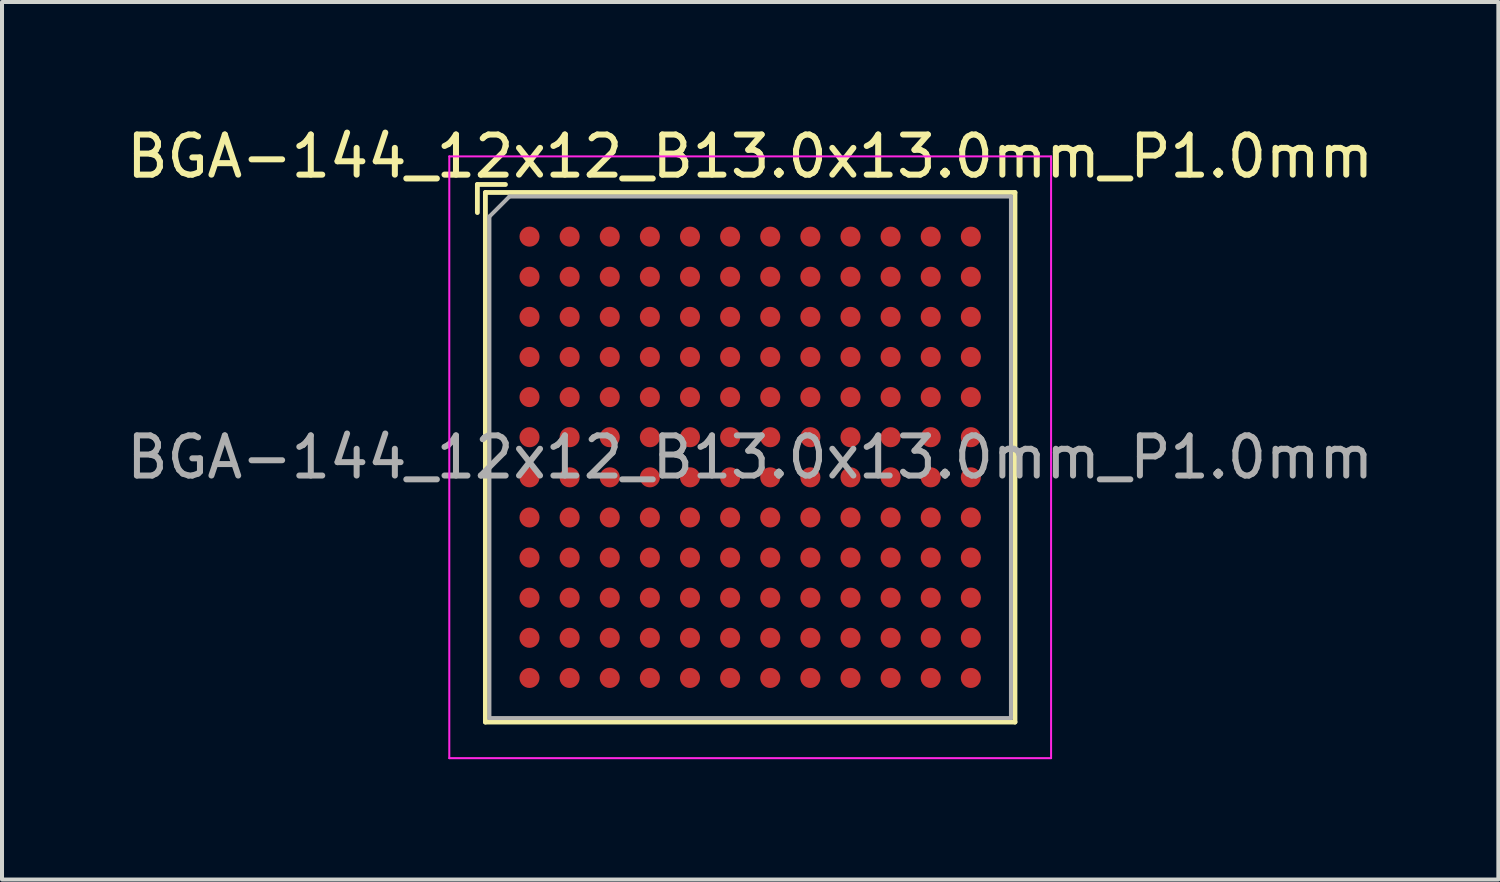
<source format=kicad_pcb>
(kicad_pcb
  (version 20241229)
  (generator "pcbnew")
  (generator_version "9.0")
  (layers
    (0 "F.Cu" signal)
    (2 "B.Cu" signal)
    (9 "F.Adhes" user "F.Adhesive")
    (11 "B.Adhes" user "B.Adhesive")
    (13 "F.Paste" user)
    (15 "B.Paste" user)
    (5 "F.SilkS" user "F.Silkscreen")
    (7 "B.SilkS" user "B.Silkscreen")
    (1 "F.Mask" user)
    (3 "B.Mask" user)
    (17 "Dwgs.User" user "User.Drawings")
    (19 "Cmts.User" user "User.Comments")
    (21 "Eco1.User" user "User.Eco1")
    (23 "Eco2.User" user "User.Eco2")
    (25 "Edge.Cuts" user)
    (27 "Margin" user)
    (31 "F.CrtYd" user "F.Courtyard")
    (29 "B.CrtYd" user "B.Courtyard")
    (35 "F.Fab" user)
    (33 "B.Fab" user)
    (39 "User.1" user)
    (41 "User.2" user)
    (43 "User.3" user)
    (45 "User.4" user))
  (footprint "BGA-144_12x12_B13.0x13.0mm_P1.0mm"
    (layer "F.Cu")
    (at 15.649 8.348)
    (property "Reference" "BGA-144_12x12_B13.0x13.0mm_P1.0mm" (at 0 -7.5 0) (layer "F.SilkS") (effects (font (size 1 1) (thickness 0.15))))
    (attr smd)
    (fp_line (start -6.8 -6.8) (end -6.1 -6.8) (stroke (width 0.12) (type solid)) (layer "F.SilkS"))
    (fp_line (start -6.8 -6.1) (end -6.8 -6.8) (stroke (width 0.12) (type solid)) (layer "F.SilkS"))
    (fp_line (start -6.6 -6.6) (end 6.6 -6.6) (stroke (width 0.12) (type solid)) (layer "F.SilkS"))
    (fp_line (start -6.6 6.6) (end -6.6 -6.6) (stroke (width 0.12) (type solid)) (layer "F.SilkS"))
    (fp_line (start 6.6 -6.6) (end 6.6 6.6) (stroke (width 0.12) (type solid)) (layer "F.SilkS"))
    (fp_line (start 6.6 6.6) (end -6.6 6.6) (stroke (width 0.12) (type solid)) (layer "F.SilkS"))
    (fp_line (start -7.5 -7.5) (end -7.5 7.5) (stroke (width 0.05) (type solid)) (layer "F.CrtYd"))
    (fp_line (start -7.5 -7.5) (end 7.5 -7.5) (stroke (width 0.05) (type solid)) (layer "F.CrtYd"))
    (fp_line (start 7.5 7.5) (end -7.5 7.5) (stroke (width 0.05) (type solid)) (layer "F.CrtYd"))
    (fp_line (start 7.5 7.5) (end 7.5 -7.5) (stroke (width 0.05) (type solid)) (layer "F.CrtYd"))
    (fp_line (start -6.5 -6) (end -6 -6.5) (stroke (width 0.1) (type solid)) (layer "F.Fab"))
    (fp_line (start -6.5 6.5) (end -6.5 -6) (stroke (width 0.1) (type solid)) (layer "F.Fab"))
    (fp_line (start -6 -6.5) (end 6.5 -6.5) (stroke (width 0.1) (type solid)) (layer "F.Fab"))
    (fp_line (start 6.5 -6.5) (end 6.5 6.5) (stroke (width 0.1) (type solid)) (layer "F.Fab"))
    (fp_line (start 6.5 6.5) (end -6.5 6.5) (stroke (width 0.1) (type solid)) (layer "F.Fab"))
    (fp_text user "${REFERENCE}" (at 0 0 0) (layer "F.Fab") (effects (font (size 1 1) (thickness 0.15))))
    (pad "A1" smd circle (at -5.5 -5.5) (size 0.5 0.5) (layers "F.Cu" "F.Mask" "F.Paste"))
    (pad "A2" smd circle (at -4.5 -5.5) (size 0.5 0.5) (layers "F.Cu" "F.Mask" "F.Paste"))
    (pad "A3" smd circle (at -3.5 -5.5) (size 0.5 0.5) (layers "F.Cu" "F.Mask" "F.Paste"))
    (pad "A4" smd circle (at -2.5 -5.5) (size 0.5 0.5) (layers "F.Cu" "F.Mask" "F.Paste"))
    (pad "A5" smd circle (at -1.5 -5.5) (size 0.5 0.5) (layers "F.Cu" "F.Mask" "F.Paste"))
    (pad "A6" smd circle (at -0.5 -5.5) (size 0.5 0.5) (layers "F.Cu" "F.Mask" "F.Paste"))
    (pad "A7" smd circle (at 0.5 -5.5) (size 0.5 0.5) (layers "F.Cu" "F.Mask" "F.Paste"))
    (pad "A8" smd circle (at 1.5 -5.5) (size 0.5 0.5) (layers "F.Cu" "F.Mask" "F.Paste"))
    (pad "A9" smd circle (at 2.5 -5.5) (size 0.5 0.5) (layers "F.Cu" "F.Mask" "F.Paste"))
    (pad "A10" smd circle (at 3.5 -5.5) (size 0.5 0.5) (layers "F.Cu" "F.Mask" "F.Paste"))
    (pad "A11" smd circle (at 4.5 -5.5) (size 0.5 0.5) (layers "F.Cu" "F.Mask" "F.Paste"))
    (pad "A12" smd circle (at 5.5 -5.5) (size 0.5 0.5) (layers "F.Cu" "F.Mask" "F.Paste"))
    (pad "B1" smd circle (at -5.5 -4.5) (size 0.5 0.5) (layers "F.Cu" "F.Mask" "F.Paste"))
    (pad "B2" smd circle (at -4.5 -4.5) (size 0.5 0.5) (layers "F.Cu" "F.Mask" "F.Paste"))
    (pad "B3" smd circle (at -3.5 -4.5) (size 0.5 0.5) (layers "F.Cu" "F.Mask" "F.Paste"))
    (pad "B4" smd circle (at -2.5 -4.5) (size 0.5 0.5) (layers "F.Cu" "F.Mask" "F.Paste"))
    (pad "B5" smd circle (at -1.5 -4.5) (size 0.5 0.5) (layers "F.Cu" "F.Mask" "F.Paste"))
    (pad "B6" smd circle (at -0.5 -4.5) (size 0.5 0.5) (layers "F.Cu" "F.Mask" "F.Paste"))
    (pad "B7" smd circle (at 0.5 -4.5) (size 0.5 0.5) (layers "F.Cu" "F.Mask" "F.Paste"))
    (pad "B8" smd circle (at 1.5 -4.5) (size 0.5 0.5) (layers "F.Cu" "F.Mask" "F.Paste"))
    (pad "B9" smd circle (at 2.5 -4.5) (size 0.5 0.5) (layers "F.Cu" "F.Mask" "F.Paste"))
    (pad "B10" smd circle (at 3.5 -4.5) (size 0.5 0.5) (layers "F.Cu" "F.Mask" "F.Paste"))
    (pad "B11" smd circle (at 4.5 -4.5) (size 0.5 0.5) (layers "F.Cu" "F.Mask" "F.Paste"))
    (pad "B12" smd circle (at 5.5 -4.5) (size 0.5 0.5) (layers "F.Cu" "F.Mask" "F.Paste"))
    (pad "C1" smd circle (at -5.5 -3.5) (size 0.5 0.5) (layers "F.Cu" "F.Mask" "F.Paste"))
    (pad "C2" smd circle (at -4.5 -3.5) (size 0.5 0.5) (layers "F.Cu" "F.Mask" "F.Paste"))
    (pad "C3" smd circle (at -3.5 -3.5) (size 0.5 0.5) (layers "F.Cu" "F.Mask" "F.Paste"))
    (pad "C4" smd circle (at -2.5 -3.5) (size 0.5 0.5) (layers "F.Cu" "F.Mask" "F.Paste"))
    (pad "C5" smd circle (at -1.5 -3.5) (size 0.5 0.5) (layers "F.Cu" "F.Mask" "F.Paste"))
    (pad "C6" smd circle (at -0.5 -3.5) (size 0.5 0.5) (layers "F.Cu" "F.Mask" "F.Paste"))
    (pad "C7" smd circle (at 0.5 -3.5) (size 0.5 0.5) (layers "F.Cu" "F.Mask" "F.Paste"))
    (pad "C8" smd circle (at 1.5 -3.5) (size 0.5 0.5) (layers "F.Cu" "F.Mask" "F.Paste"))
    (pad "C9" smd circle (at 2.5 -3.5) (size 0.5 0.5) (layers "F.Cu" "F.Mask" "F.Paste"))
    (pad "C10" smd circle (at 3.5 -3.5) (size 0.5 0.5) (layers "F.Cu" "F.Mask" "F.Paste"))
    (pad "C11" smd circle (at 4.5 -3.5) (size 0.5 0.5) (layers "F.Cu" "F.Mask" "F.Paste"))
    (pad "C12" smd circle (at 5.5 -3.5) (size 0.5 0.5) (layers "F.Cu" "F.Mask" "F.Paste"))
    (pad "D1" smd circle (at -5.5 -2.5) (size 0.5 0.5) (layers "F.Cu" "F.Mask" "F.Paste"))
    (pad "D2" smd circle (at -4.5 -2.5) (size 0.5 0.5) (layers "F.Cu" "F.Mask" "F.Paste"))
    (pad "D3" smd circle (at -3.5 -2.5) (size 0.5 0.5) (layers "F.Cu" "F.Mask" "F.Paste"))
    (pad "D4" smd circle (at -2.5 -2.5) (size 0.5 0.5) (layers "F.Cu" "F.Mask" "F.Paste"))
    (pad "D5" smd circle (at -1.5 -2.5) (size 0.5 0.5) (layers "F.Cu" "F.Mask" "F.Paste"))
    (pad "D6" smd circle (at -0.5 -2.5) (size 0.5 0.5) (layers "F.Cu" "F.Mask" "F.Paste"))
    (pad "D7" smd circle (at 0.5 -2.5) (size 0.5 0.5) (layers "F.Cu" "F.Mask" "F.Paste"))
    (pad "D8" smd circle (at 1.5 -2.5) (size 0.5 0.5) (layers "F.Cu" "F.Mask" "F.Paste"))
    (pad "D9" smd circle (at 2.5 -2.5) (size 0.5 0.5) (layers "F.Cu" "F.Mask" "F.Paste"))
    (pad "D10" smd circle (at 3.5 -2.5) (size 0.5 0.5) (layers "F.Cu" "F.Mask" "F.Paste"))
    (pad "D11" smd circle (at 4.5 -2.5) (size 0.5 0.5) (layers "F.Cu" "F.Mask" "F.Paste"))
    (pad "D12" smd circle (at 5.5 -2.5) (size 0.5 0.5) (layers "F.Cu" "F.Mask" "F.Paste"))
    (pad "E1" smd circle (at -5.5 -1.5) (size 0.5 0.5) (layers "F.Cu" "F.Mask" "F.Paste"))
    (pad "E2" smd circle (at -4.5 -1.5) (size 0.5 0.5) (layers "F.Cu" "F.Mask" "F.Paste"))
    (pad "E3" smd circle (at -3.5 -1.5) (size 0.5 0.5) (layers "F.Cu" "F.Mask" "F.Paste"))
    (pad "E4" smd circle (at -2.5 -1.5) (size 0.5 0.5) (layers "F.Cu" "F.Mask" "F.Paste"))
    (pad "E5" smd circle (at -1.5 -1.5) (size 0.5 0.5) (layers "F.Cu" "F.Mask" "F.Paste"))
    (pad "E6" smd circle (at -0.5 -1.5) (size 0.5 0.5) (layers "F.Cu" "F.Mask" "F.Paste"))
    (pad "E7" smd circle (at 0.5 -1.5) (size 0.5 0.5) (layers "F.Cu" "F.Mask" "F.Paste"))
    (pad "E8" smd circle (at 1.5 -1.5) (size 0.5 0.5) (layers "F.Cu" "F.Mask" "F.Paste"))
    (pad "E9" smd circle (at 2.5 -1.5) (size 0.5 0.5) (layers "F.Cu" "F.Mask" "F.Paste"))
    (pad "E10" smd circle (at 3.5 -1.5) (size 0.5 0.5) (layers "F.Cu" "F.Mask" "F.Paste"))
    (pad "E11" smd circle (at 4.5 -1.5) (size 0.5 0.5) (layers "F.Cu" "F.Mask" "F.Paste"))
    (pad "E12" smd circle (at 5.5 -1.5) (size 0.5 0.5) (layers "F.Cu" "F.Mask" "F.Paste"))
    (pad "F1" smd circle (at -5.5 -0.5) (size 0.5 0.5) (layers "F.Cu" "F.Mask" "F.Paste"))
    (pad "F2" smd circle (at -4.5 -0.5) (size 0.5 0.5) (layers "F.Cu" "F.Mask" "F.Paste"))
    (pad "F3" smd circle (at -3.5 -0.5) (size 0.5 0.5) (layers "F.Cu" "F.Mask" "F.Paste"))
    (pad "F4" smd circle (at -2.5 -0.5) (size 0.5 0.5) (layers "F.Cu" "F.Mask" "F.Paste"))
    (pad "F5" smd circle (at -1.5 -0.5) (size 0.5 0.5) (layers "F.Cu" "F.Mask" "F.Paste"))
    (pad "F6" smd circle (at -0.5 -0.5) (size 0.5 0.5) (layers "F.Cu" "F.Mask" "F.Paste"))
    (pad "F7" smd circle (at 0.5 -0.5) (size 0.5 0.5) (layers "F.Cu" "F.Mask" "F.Paste"))
    (pad "F8" smd circle (at 1.5 -0.5) (size 0.5 0.5) (layers "F.Cu" "F.Mask" "F.Paste"))
    (pad "F9" smd circle (at 2.5 -0.5) (size 0.5 0.5) (layers "F.Cu" "F.Mask" "F.Paste"))
    (pad "F10" smd circle (at 3.5 -0.5) (size 0.5 0.5) (layers "F.Cu" "F.Mask" "F.Paste"))
    (pad "F11" smd circle (at 4.5 -0.5) (size 0.5 0.5) (layers "F.Cu" "F.Mask" "F.Paste"))
    (pad "F12" smd circle (at 5.5 -0.5) (size 0.5 0.5) (layers "F.Cu" "F.Mask" "F.Paste"))
    (pad "G1" smd circle (at -5.5 0.5) (size 0.5 0.5) (layers "F.Cu" "F.Mask" "F.Paste"))
    (pad "G2" smd circle (at -4.5 0.5) (size 0.5 0.5) (layers "F.Cu" "F.Mask" "F.Paste"))
    (pad "G3" smd circle (at -3.5 0.5) (size 0.5 0.5) (layers "F.Cu" "F.Mask" "F.Paste"))
    (pad "G4" smd circle (at -2.5 0.5) (size 0.5 0.5) (layers "F.Cu" "F.Mask" "F.Paste"))
    (pad "G5" smd circle (at -1.5 0.5) (size 0.5 0.5) (layers "F.Cu" "F.Mask" "F.Paste"))
    (pad "G6" smd circle (at -0.5 0.5) (size 0.5 0.5) (layers "F.Cu" "F.Mask" "F.Paste"))
    (pad "G7" smd circle (at 0.5 0.5) (size 0.5 0.5) (layers "F.Cu" "F.Mask" "F.Paste"))
    (pad "G8" smd circle (at 1.5 0.5) (size 0.5 0.5) (layers "F.Cu" "F.Mask" "F.Paste"))
    (pad "G9" smd circle (at 2.5 0.5) (size 0.5 0.5) (layers "F.Cu" "F.Mask" "F.Paste"))
    (pad "G10" smd circle (at 3.5 0.5) (size 0.5 0.5) (layers "F.Cu" "F.Mask" "F.Paste"))
    (pad "G11" smd circle (at 4.5 0.5) (size 0.5 0.5) (layers "F.Cu" "F.Mask" "F.Paste"))
    (pad "G12" smd circle (at 5.5 0.5) (size 0.5 0.5) (layers "F.Cu" "F.Mask" "F.Paste"))
    (pad "H1" smd circle (at -5.5 1.5) (size 0.5 0.5) (layers "F.Cu" "F.Mask" "F.Paste"))
    (pad "H2" smd circle (at -4.5 1.5) (size 0.5 0.5) (layers "F.Cu" "F.Mask" "F.Paste"))
    (pad "H3" smd circle (at -3.5 1.5) (size 0.5 0.5) (layers "F.Cu" "F.Mask" "F.Paste"))
    (pad "H4" smd circle (at -2.5 1.5) (size 0.5 0.5) (layers "F.Cu" "F.Mask" "F.Paste"))
    (pad "H5" smd circle (at -1.5 1.5) (size 0.5 0.5) (layers "F.Cu" "F.Mask" "F.Paste"))
    (pad "H6" smd circle (at -0.5 1.5) (size 0.5 0.5) (layers "F.Cu" "F.Mask" "F.Paste"))
    (pad "H7" smd circle (at 0.5 1.5) (size 0.5 0.5) (layers "F.Cu" "F.Mask" "F.Paste"))
    (pad "H8" smd circle (at 1.5 1.5) (size 0.5 0.5) (layers "F.Cu" "F.Mask" "F.Paste"))
    (pad "H9" smd circle (at 2.5 1.5) (size 0.5 0.5) (layers "F.Cu" "F.Mask" "F.Paste"))
    (pad "H10" smd circle (at 3.5 1.5) (size 0.5 0.5) (layers "F.Cu" "F.Mask" "F.Paste"))
    (pad "H11" smd circle (at 4.5 1.5) (size 0.5 0.5) (layers "F.Cu" "F.Mask" "F.Paste"))
    (pad "H12" smd circle (at 5.5 1.5) (size 0.5 0.5) (layers "F.Cu" "F.Mask" "F.Paste"))
    (pad "J1" smd circle (at -5.5 2.5) (size 0.5 0.5) (layers "F.Cu" "F.Mask" "F.Paste"))
    (pad "J2" smd circle (at -4.5 2.5) (size 0.5 0.5) (layers "F.Cu" "F.Mask" "F.Paste"))
    (pad "J3" smd circle (at -3.5 2.5) (size 0.5 0.5) (layers "F.Cu" "F.Mask" "F.Paste"))
    (pad "J4" smd circle (at -2.5 2.5) (size 0.5 0.5) (layers "F.Cu" "F.Mask" "F.Paste"))
    (pad "J5" smd circle (at -1.5 2.5) (size 0.5 0.5) (layers "F.Cu" "F.Mask" "F.Paste"))
    (pad "J6" smd circle (at -0.5 2.5) (size 0.5 0.5) (layers "F.Cu" "F.Mask" "F.Paste"))
    (pad "J7" smd circle (at 0.5 2.5) (size 0.5 0.5) (layers "F.Cu" "F.Mask" "F.Paste"))
    (pad "J8" smd circle (at 1.5 2.5) (size 0.5 0.5) (layers "F.Cu" "F.Mask" "F.Paste"))
    (pad "J9" smd circle (at 2.5 2.5) (size 0.5 0.5) (layers "F.Cu" "F.Mask" "F.Paste"))
    (pad "J10" smd circle (at 3.5 2.5) (size 0.5 0.5) (layers "F.Cu" "F.Mask" "F.Paste"))
    (pad "J11" smd circle (at 4.5 2.5) (size 0.5 0.5) (layers "F.Cu" "F.Mask" "F.Paste"))
    (pad "J12" smd circle (at 5.5 2.5) (size 0.5 0.5) (layers "F.Cu" "F.Mask" "F.Paste"))
    (pad "K1" smd circle (at -5.5 3.5) (size 0.5 0.5) (layers "F.Cu" "F.Mask" "F.Paste"))
    (pad "K2" smd circle (at -4.5 3.5) (size 0.5 0.5) (layers "F.Cu" "F.Mask" "F.Paste"))
    (pad "K3" smd circle (at -3.5 3.5) (size 0.5 0.5) (layers "F.Cu" "F.Mask" "F.Paste"))
    (pad "K4" smd circle (at -2.5 3.5) (size 0.5 0.5) (layers "F.Cu" "F.Mask" "F.Paste"))
    (pad "K5" smd circle (at -1.5 3.5) (size 0.5 0.5) (layers "F.Cu" "F.Mask" "F.Paste"))
    (pad "K6" smd circle (at -0.5 3.5) (size 0.5 0.5) (layers "F.Cu" "F.Mask" "F.Paste"))
    (pad "K7" smd circle (at 0.5 3.5) (size 0.5 0.5) (layers "F.Cu" "F.Mask" "F.Paste"))
    (pad "K8" smd circle (at 1.5 3.5) (size 0.5 0.5) (layers "F.Cu" "F.Mask" "F.Paste"))
    (pad "K9" smd circle (at 2.5 3.5) (size 0.5 0.5) (layers "F.Cu" "F.Mask" "F.Paste"))
    (pad "K10" smd circle (at 3.5 3.5) (size 0.5 0.5) (layers "F.Cu" "F.Mask" "F.Paste"))
    (pad "K11" smd circle (at 4.5 3.5) (size 0.5 0.5) (layers "F.Cu" "F.Mask" "F.Paste"))
    (pad "K12" smd circle (at 5.5 3.5) (size 0.5 0.5) (layers "F.Cu" "F.Mask" "F.Paste"))
    (pad "L1" smd circle (at -5.5 4.5) (size 0.5 0.5) (layers "F.Cu" "F.Mask" "F.Paste"))
    (pad "L2" smd circle (at -4.5 4.5) (size 0.5 0.5) (layers "F.Cu" "F.Mask" "F.Paste"))
    (pad "L3" smd circle (at -3.5 4.5) (size 0.5 0.5) (layers "F.Cu" "F.Mask" "F.Paste"))
    (pad "L4" smd circle (at -2.5 4.5) (size 0.5 0.5) (layers "F.Cu" "F.Mask" "F.Paste"))
    (pad "L5" smd circle (at -1.5 4.5) (size 0.5 0.5) (layers "F.Cu" "F.Mask" "F.Paste"))
    (pad "L6" smd circle (at -0.5 4.5) (size 0.5 0.5) (layers "F.Cu" "F.Mask" "F.Paste"))
    (pad "L7" smd circle (at 0.5 4.5) (size 0.5 0.5) (layers "F.Cu" "F.Mask" "F.Paste"))
    (pad "L8" smd circle (at 1.5 4.5) (size 0.5 0.5) (layers "F.Cu" "F.Mask" "F.Paste"))
    (pad "L9" smd circle (at 2.5 4.5) (size 0.5 0.5) (layers "F.Cu" "F.Mask" "F.Paste"))
    (pad "L10" smd circle (at 3.5 4.5) (size 0.5 0.5) (layers "F.Cu" "F.Mask" "F.Paste"))
    (pad "L11" smd circle (at 4.5 4.5) (size 0.5 0.5) (layers "F.Cu" "F.Mask" "F.Paste"))
    (pad "L12" smd circle (at 5.5 4.5) (size 0.5 0.5) (layers "F.Cu" "F.Mask" "F.Paste"))
    (pad "M1" smd circle (at -5.5 5.5) (size 0.5 0.5) (layers "F.Cu" "F.Mask" "F.Paste"))
    (pad "M2" smd circle (at -4.5 5.5) (size 0.5 0.5) (layers "F.Cu" "F.Mask" "F.Paste"))
    (pad "M3" smd circle (at -3.5 5.5) (size 0.5 0.5) (layers "F.Cu" "F.Mask" "F.Paste"))
    (pad "M4" smd circle (at -2.5 5.5) (size 0.5 0.5) (layers "F.Cu" "F.Mask" "F.Paste"))
    (pad "M5" smd circle (at -1.5 5.5) (size 0.5 0.5) (layers "F.Cu" "F.Mask" "F.Paste"))
    (pad "M6" smd circle (at -0.5 5.5) (size 0.5 0.5) (layers "F.Cu" "F.Mask" "F.Paste"))
    (pad "M7" smd circle (at 0.5 5.5) (size 0.5 0.5) (layers "F.Cu" "F.Mask" "F.Paste"))
    (pad "M8" smd circle (at 1.5 5.5) (size 0.5 0.5) (layers "F.Cu" "F.Mask" "F.Paste"))
    (pad "M9" smd circle (at 2.5 5.5) (size 0.5 0.5) (layers "F.Cu" "F.Mask" "F.Paste"))
    (pad "M10" smd circle (at 3.5 5.5) (size 0.5 0.5) (layers "F.Cu" "F.Mask" "F.Paste"))
    (pad "M11" smd circle (at 4.5 5.5) (size 0.5 0.5) (layers "F.Cu" "F.Mask" "F.Paste"))
    (pad "M12" smd circle (at 5.5 5.5) (size 0.5 0.5) (layers "F.Cu" "F.Mask" "F.Paste")))
  (gr_rect
    (start -3 -3)
    (end 34.298 18.873)
    (stroke (width 0.1) (type default))
    (fill no)
    (layer "Edge.Cuts")))
</source>
